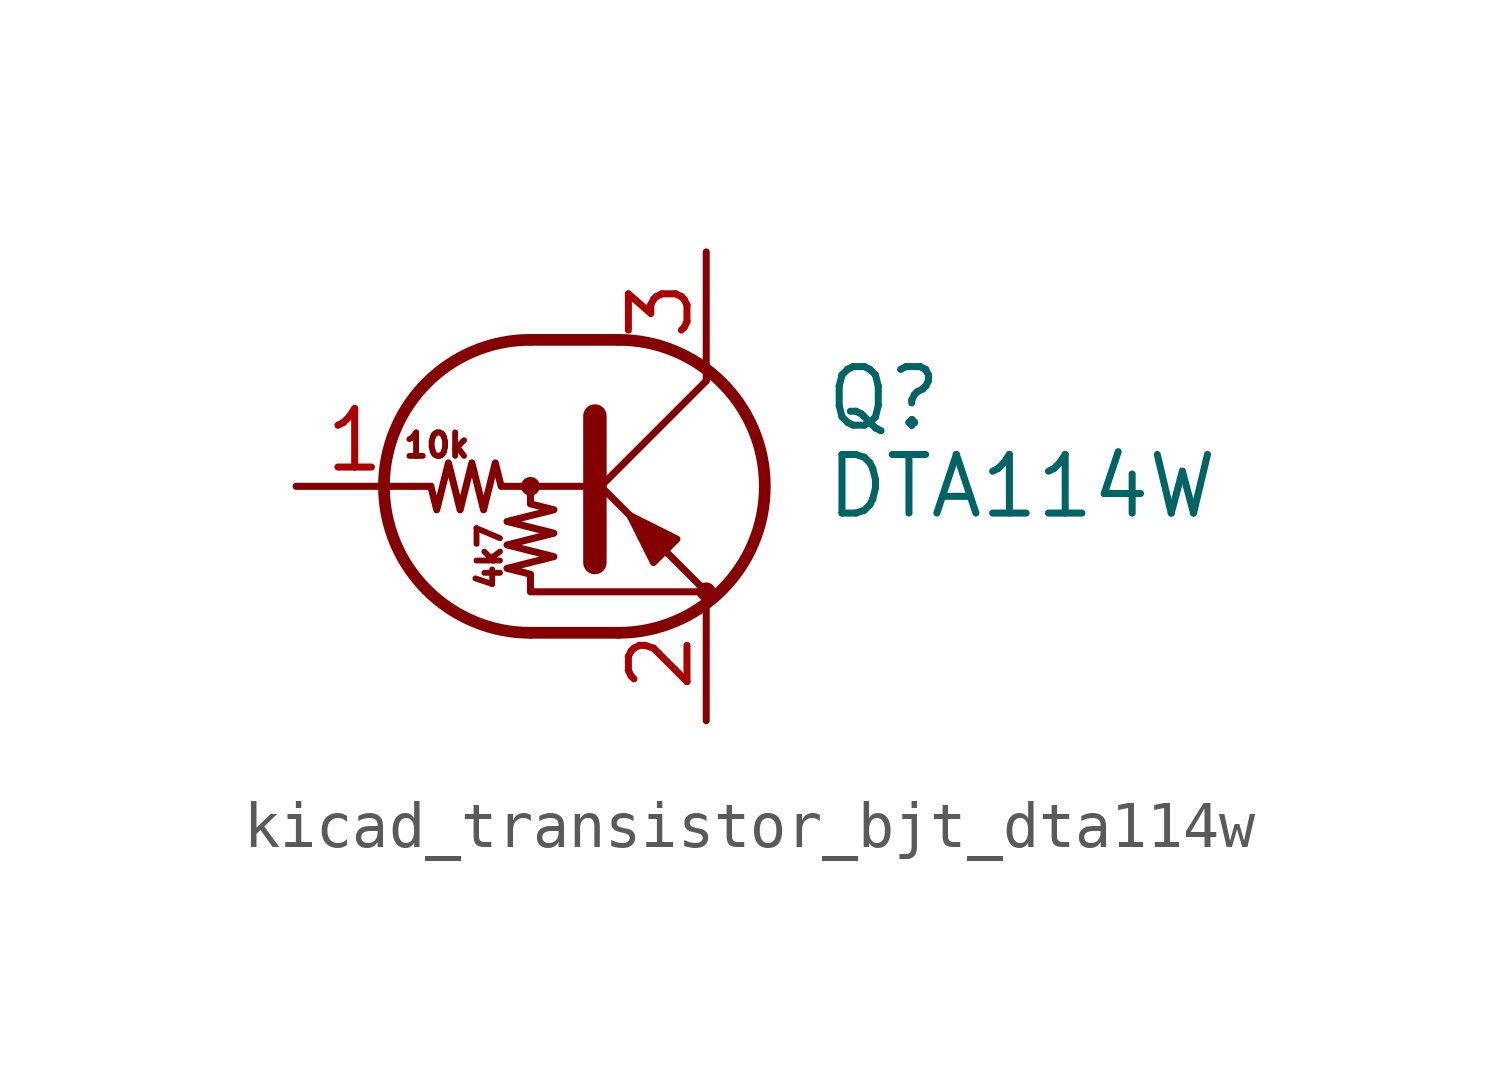
<source format=kicad_sym>
(kicad_symbol_lib
  (version 20220914)
  (generator kicad_symbol_editor)
  (symbol "kicad_transistor_bjt_dta114w"
    (pin_names
      (offset 0) hide)
    (property "Reference" "Q"
      (at 5.08 1.905 0)
      (effects (font (size 1.27 1.27)) (justify left)))
    (property "Value" "DTA114W"
      (at 5.08 0 0)
      (effects (font (size 1.27 1.27)) (justify left)))
    (symbol "kicad_transistor_bjt_dta114w_0_0"
      (text "10k" (at -3.302 0.889 0) (effects (font (size 0.508 0.508))))
      (text "4k7" (at -2.159 -1.524 900) (effects (font (size 0.508 0.508)))))
    (symbol "kicad_transistor_bjt_dta114w_0_1"
      (circle (center -1.27 0) (radius 0.127) (stroke (width 0) (type default)) (fill (type none)))
      (arc (start -1.27 3.175) (mid -4.4312 0) (end -1.27 -3.175) (stroke (width 0.254) (type default)) (fill (type none)))
      (polyline (pts (xy -3.429 0) (xy -3.81 0)) (stroke (width 0) (type default)) (fill (type none)))
      (polyline (pts (xy -1.27 -3.175) (xy 0.635 -3.175)) (stroke (width 0.254) (type default)) (fill (type none)))
      (polyline (pts (xy -1.27 3.175) (xy 0.635 3.175)) (stroke (width 0.254) (type default)) (fill (type none)))
      (polyline (pts (xy 0 -0.254) (xy 2.54 2.286)) (stroke (width 0) (type default)) (fill (type none)))
      (polyline (pts (xy 0.127 1.524) (xy 0.127 -1.651)) (stroke (width 0.508) (type default)) (fill (type outline)))
      (polyline (pts (xy 2.54 2.286) (xy 2.54 2.54)) (stroke (width 0) (type default)) (fill (type none)))
      (polyline (pts (xy 2.54 -2.286) (xy 0 0.254) (xy 0 0.254)) (stroke (width 0) (type default)) (fill (type none)))
      (polyline (pts (xy 1.397 -1.651) (xy 1.905 -1.143) (xy 0.889 -0.635) (xy 1.397 -1.651)) (stroke (width 0) (type default)) (fill (type outline)))
      (polyline (pts (xy 0 0) (xy -1.905 0) (xy -2.032 0.508) (xy -2.286 -0.508) (xy -2.54 0.508) (xy -2.794 -0.508) (xy -3.048 0.508) (xy -3.302 -0.508) (xy -3.429 0)) (stroke (width 0) (type default)) (fill (type none)))
      (polyline (pts (xy -1.27 0) (xy -1.27 -0.381) (xy -0.762 -0.508) (xy -1.778 -0.762) (xy -0.762 -1.016) (xy -1.778 -1.27) (xy -0.762 -1.524) (xy -1.778 -1.778) (xy -1.27 -1.905) (xy -1.27 -2.286) (xy 2.54 -2.286)) (stroke (width 0) (type default)) (fill (type none)))
      (arc (start 0.635 -3.175) (mid 3.7962 0) (end 0.635 3.175) (stroke (width 0.254) (type default)) (fill (type none)))
      (circle (center 2.54 -2.286) (radius 0.127) (stroke (width 0) (type default)) (fill (type none))))
    (symbol "kicad_transistor_bjt_dta114w_1_1"
      (pin input line (at -6.35 0 0) (length 2.54) (name "B" (effects (font (size 1.27 1.27)))) (number "1" (effects (font (size 1.27 1.27)))))
      (pin passive line (at 2.54 -5.08 90) (length 2.54) (name "E" (effects (font (size 1.27 1.27)))) (number "2" (effects (font (size 1.27 1.27)))))
      (pin passive line (at 2.54 5.08 270) (length 2.54) (name "C" (effects (font (size 1.27 1.27)))) (number "3" (effects (font (size 1.27 1.27))))))))
</source>
